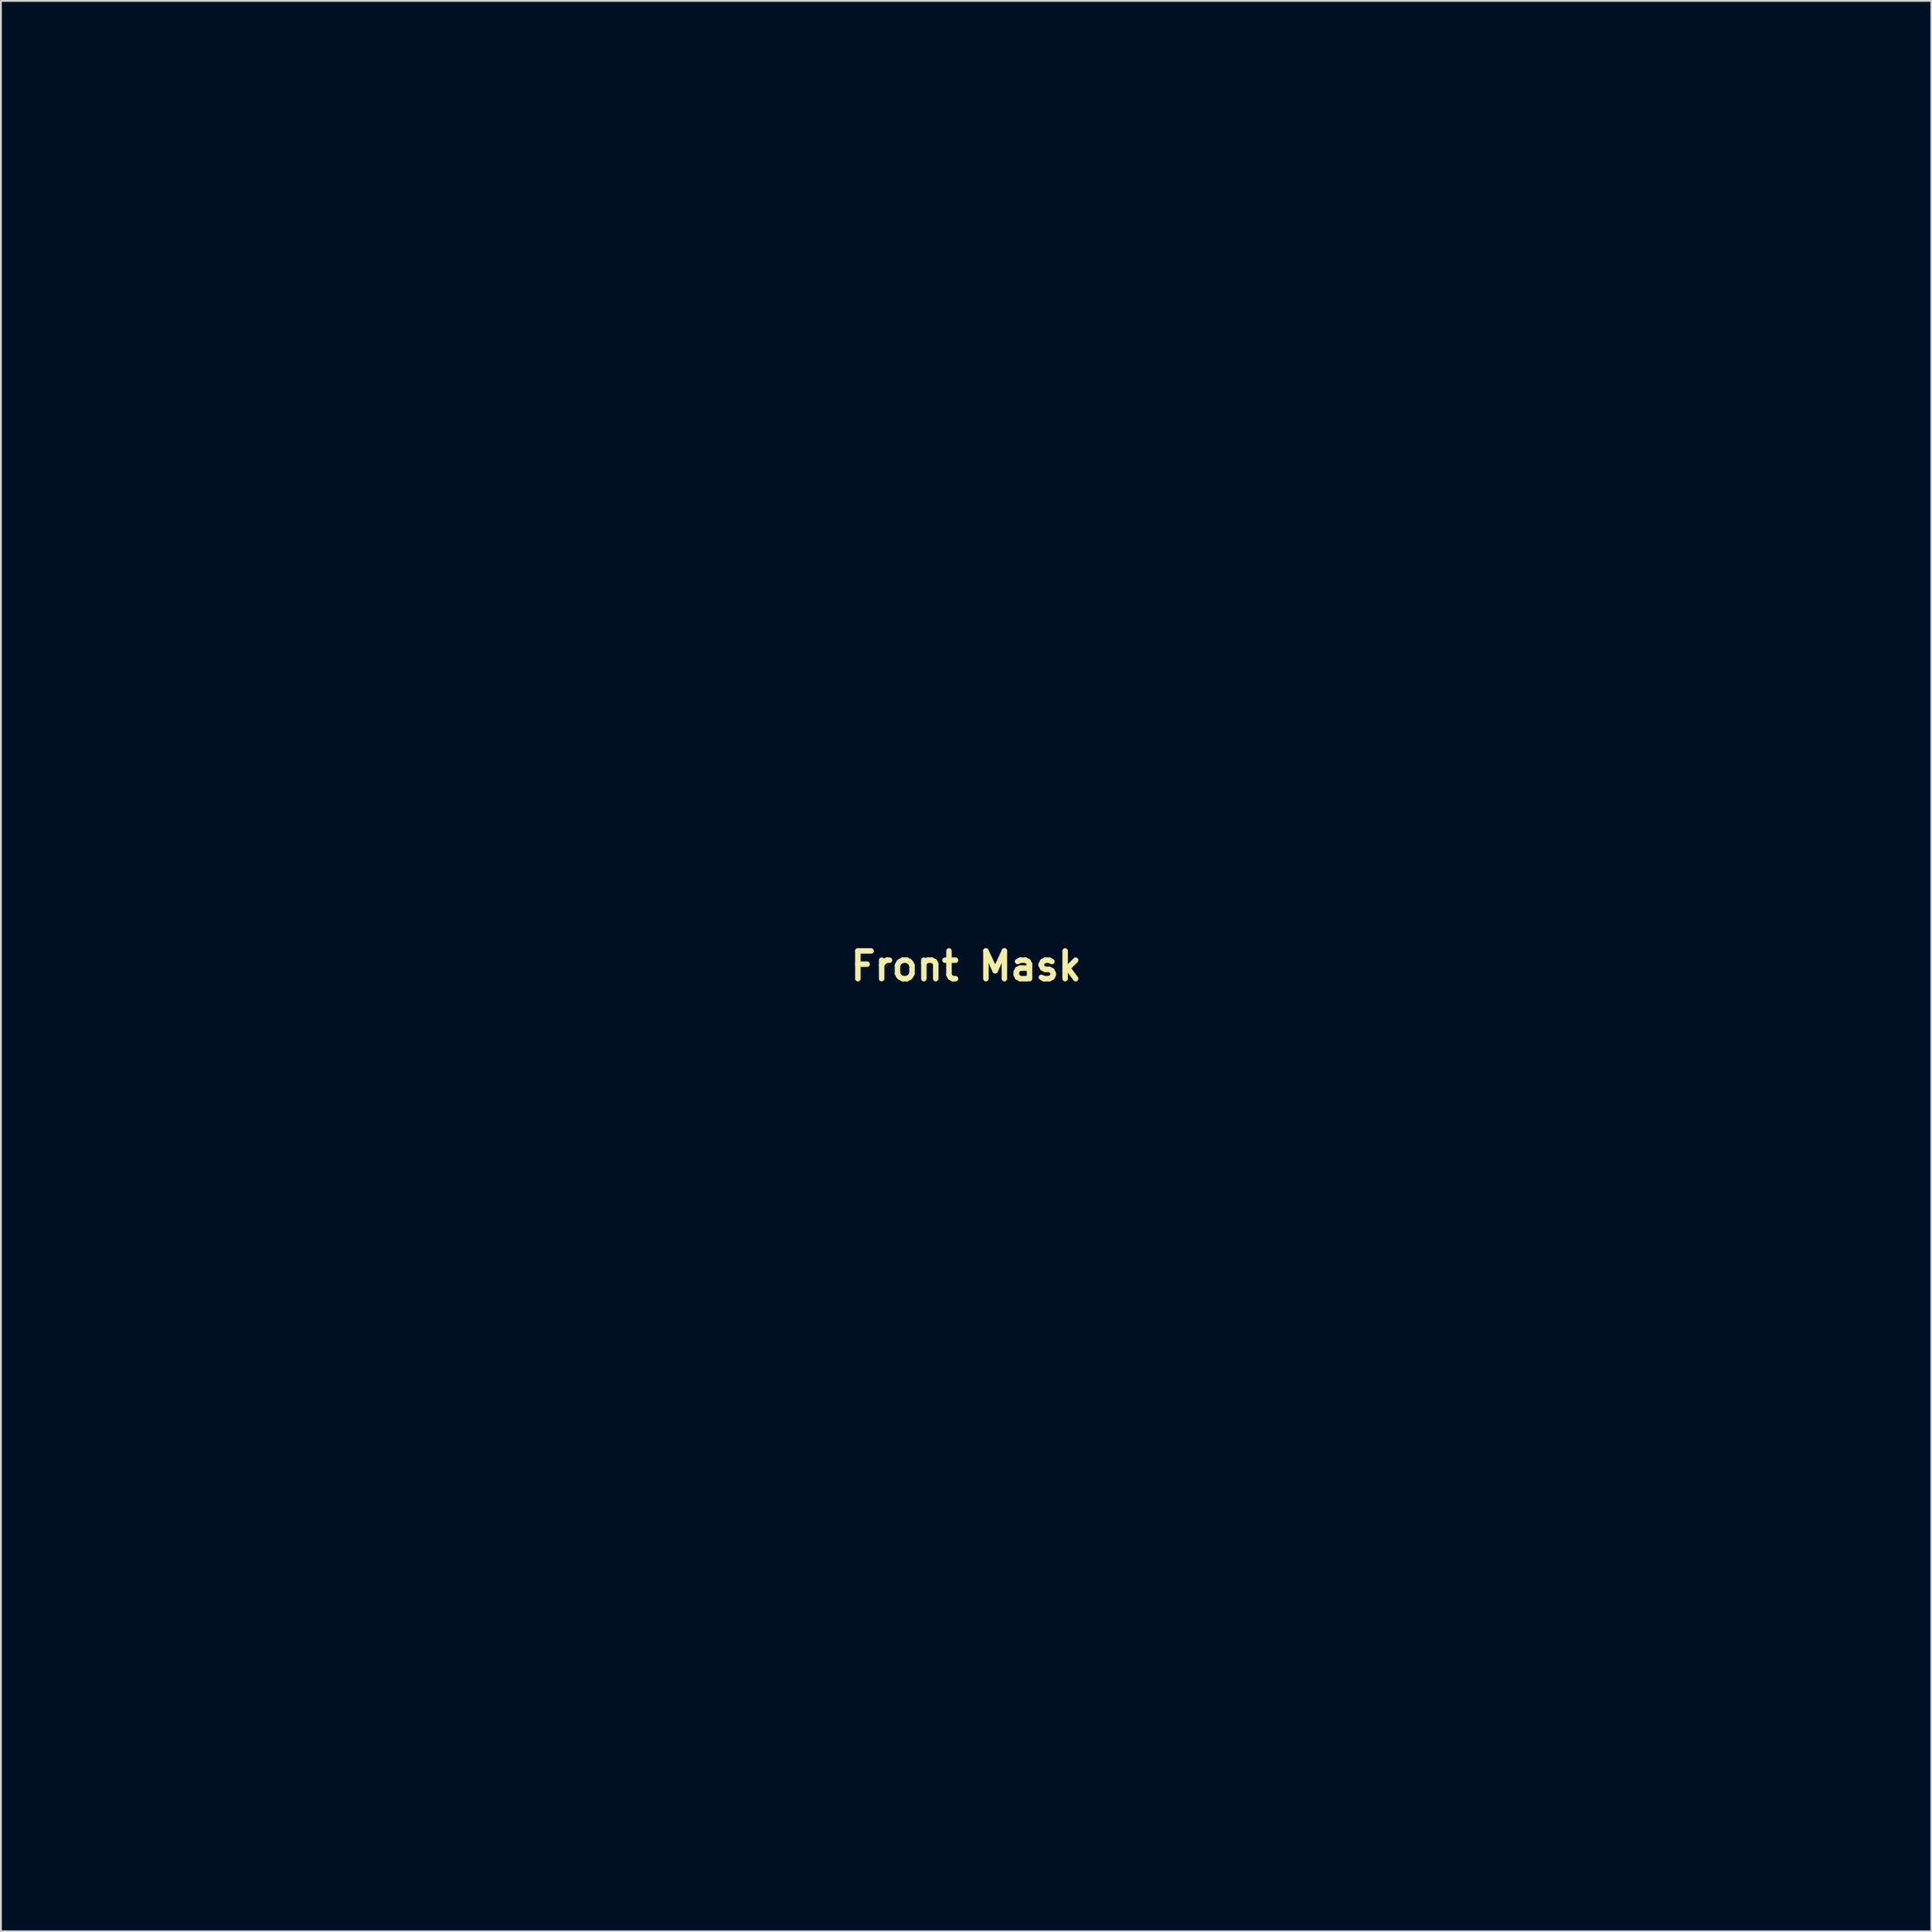
<source format=kicad_pcb>
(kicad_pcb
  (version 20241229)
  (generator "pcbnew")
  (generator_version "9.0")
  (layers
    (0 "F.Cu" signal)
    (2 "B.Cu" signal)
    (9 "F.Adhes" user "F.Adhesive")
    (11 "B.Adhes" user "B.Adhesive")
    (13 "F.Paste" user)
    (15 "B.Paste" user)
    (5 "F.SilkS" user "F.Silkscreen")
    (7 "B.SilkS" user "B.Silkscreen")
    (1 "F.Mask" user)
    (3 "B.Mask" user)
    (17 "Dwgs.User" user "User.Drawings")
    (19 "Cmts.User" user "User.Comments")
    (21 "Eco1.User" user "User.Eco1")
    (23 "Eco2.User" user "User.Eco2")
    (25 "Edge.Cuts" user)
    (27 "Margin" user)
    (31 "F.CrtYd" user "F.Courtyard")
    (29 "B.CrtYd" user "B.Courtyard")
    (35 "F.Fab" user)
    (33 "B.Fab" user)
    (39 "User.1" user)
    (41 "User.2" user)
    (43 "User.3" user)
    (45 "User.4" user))
  (footprint "Front Mask"
    (layer "F.Cu")
    (at 50.068 50.068)
    (property "Reference" "Front Mask" (at 0 0 0) (layer "F.SilkS") (effects (font (size 1.524 1.524) (thickness 0.3))))
    (attr through_hole)
    (fp_poly (pts (xy 50.063 50.063) (xy -50.063 50.063) (xy -50.063 -50.063) (xy 50.063 -50.063) (xy 50.063 50.063)) (stroke (width 0.01) (type solid)) (fill no) (layer "Eco1.User")))
  (gr_rect
    (start -3 -3)
    (end 103.135 103.135)
    (stroke (width 0.1) (type default))
    (fill no)
    (layer "Edge.Cuts")))
</source>
